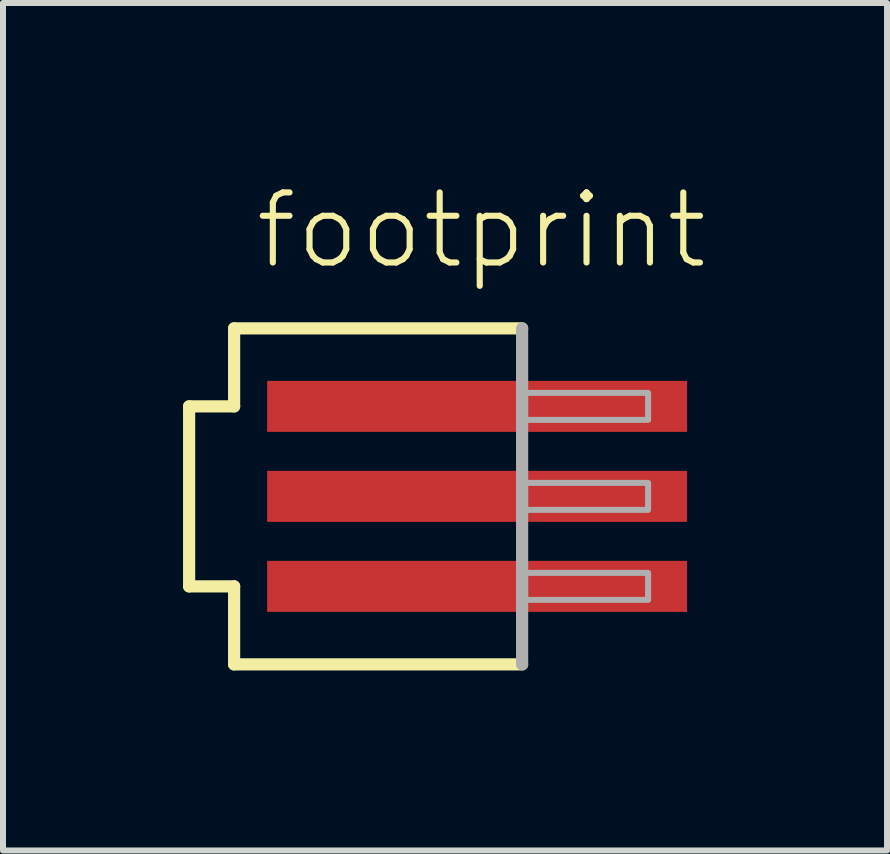
<source format=kicad_pcb>
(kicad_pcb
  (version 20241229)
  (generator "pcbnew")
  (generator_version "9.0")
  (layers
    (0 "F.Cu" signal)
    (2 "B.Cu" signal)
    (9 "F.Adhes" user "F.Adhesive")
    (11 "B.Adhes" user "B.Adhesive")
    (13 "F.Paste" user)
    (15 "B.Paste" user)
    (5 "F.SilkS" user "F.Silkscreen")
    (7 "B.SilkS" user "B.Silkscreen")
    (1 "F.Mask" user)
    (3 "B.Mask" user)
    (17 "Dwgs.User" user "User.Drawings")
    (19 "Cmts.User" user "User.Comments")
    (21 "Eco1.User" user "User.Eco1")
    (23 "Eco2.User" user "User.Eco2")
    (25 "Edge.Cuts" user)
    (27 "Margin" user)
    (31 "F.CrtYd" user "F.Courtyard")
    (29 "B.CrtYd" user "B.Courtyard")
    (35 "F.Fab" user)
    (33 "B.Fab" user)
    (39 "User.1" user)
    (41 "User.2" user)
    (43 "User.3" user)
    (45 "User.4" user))
  (footprint "footprint"
    (layer "F.Cu")
    (at 4.902 5.223)
    (property "Reference" "footprint" (at -3.75 -3.75 0) (layer "F.SilkS") (effects (font (size 1.168 1.168) (thickness 0.102)) (justify left bottom)))
    (fp_line (start -4.8 -1.5) (end -4.05 -1.5) (stroke (width 0.203) (type solid)) (layer "F.SilkS"))
    (fp_line (start -4.8 1.5) (end -4.8 -1.5) (stroke (width 0.203) (type solid)) (layer "F.SilkS"))
    (fp_line (start -4.05 -2.8) (end 0.75 -2.8) (stroke (width 0.203) (type solid)) (layer "F.SilkS"))
    (fp_line (start -4.05 -1.5) (end -4.05 -2.8) (stroke (width 0.203) (type solid)) (layer "F.SilkS"))
    (fp_line (start -4.05 1.5) (end -4.8 1.5) (stroke (width 0.203) (type solid)) (layer "F.SilkS"))
    (fp_line (start -4.05 2.8) (end -4.05 1.5) (stroke (width 0.203) (type solid)) (layer "F.SilkS"))
    (fp_line (start 0.75 2.8) (end -4.05 2.8) (stroke (width 0.203) (type solid)) (layer "F.SilkS"))
    (fp_line (start 0.75 -2.8) (end 0.75 2.8) (stroke (width 0.203) (type solid)) (layer "F.Fab"))
    (fp_poly (pts (xy 0.8 -1.275) (xy 2.85 -1.275) (xy 2.85 -1.725) (xy 0.8 -1.725)) (stroke (width 0.1) (type solid)) (fill no) (layer "F.Fab"))
    (fp_poly (pts (xy 0.8 0.225) (xy 2.85 0.225) (xy 2.85 -0.225) (xy 0.8 -0.225)) (stroke (width 0.1) (type solid)) (fill no) (layer "F.Fab"))
    (fp_poly (pts (xy 0.8 1.725) (xy 2.85 1.725) (xy 2.85 1.275) (xy 0.8 1.275)) (stroke (width 0.1) (type solid)) (fill no) (layer "F.Fab"))
    (pad "1" smd rect (at 0 -1.5) (size 7 0.85) (layers "F.Cu" "F.Mask" "F.Paste"))
    (pad "2" smd rect (at 0 0) (size 7 0.85) (layers "F.Cu" "F.Mask" "F.Paste"))
    (pad "3" smd rect (at 0 1.5) (size 7 0.85) (layers "F.Cu" "F.Mask" "F.Paste")))
  (gr_rect
    (start -3 -3)
    (end 11.734 11.125)
    (stroke (width 0.1) (type default))
    (fill no)
    (layer "Edge.Cuts")))
</source>
